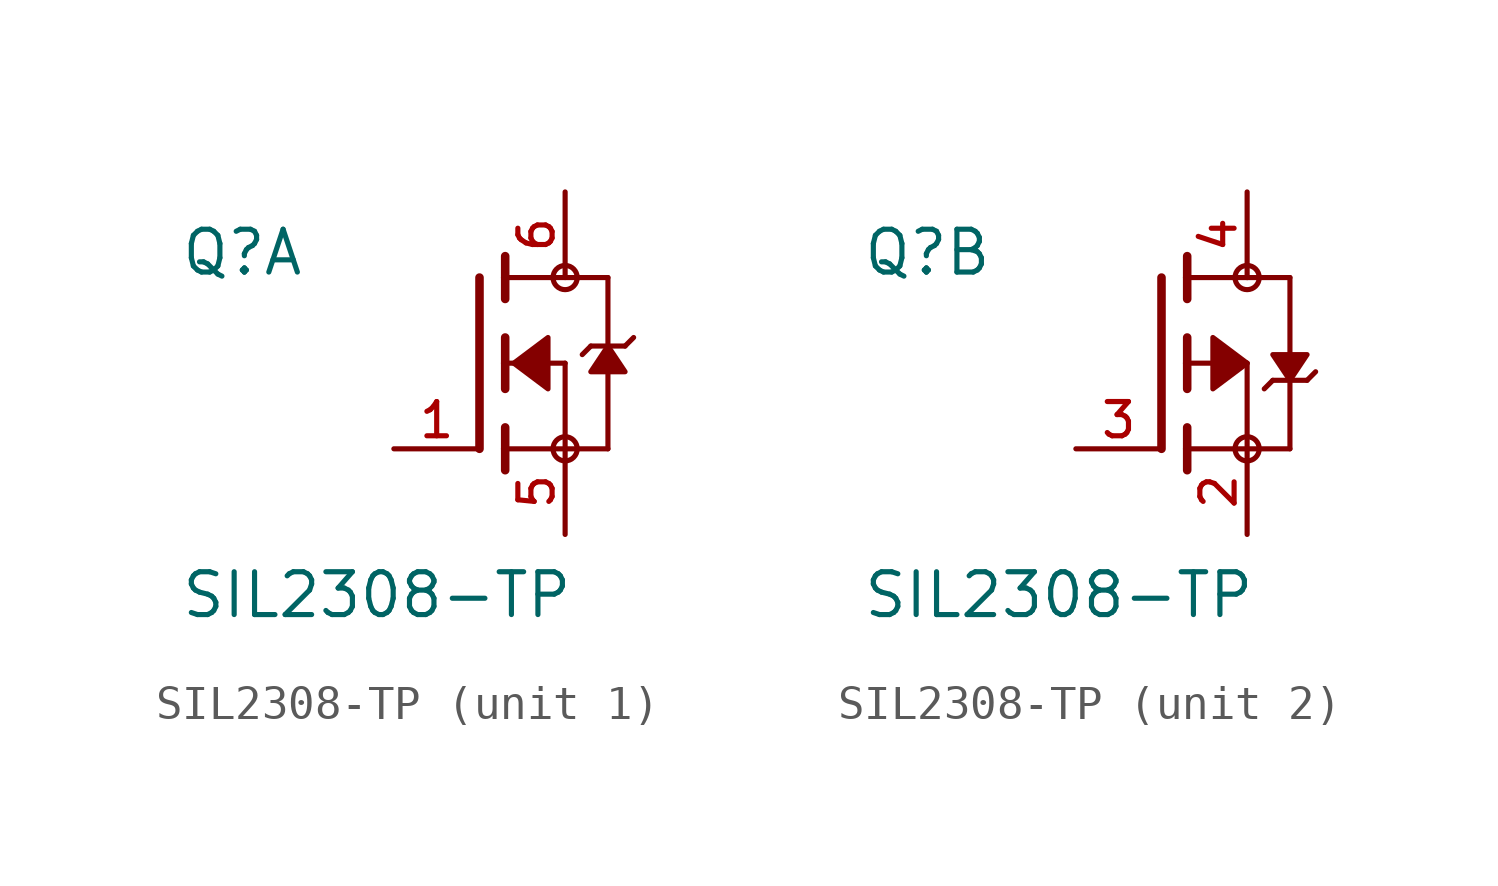
<source format=kicad_sym>
(kicad_symbol_lib
  (version 20220914)
  (generator kicad_symbol_editor)
  (symbol "SIL2308-TP"
    (pin_names
      (offset 1.016))
    (property "Reference" "Q"
      (at -11.43 2.54 0)
      (effects (font (size 1.27 1.27)) (justify left bottom)))
    (property "Value" "SIL2308-TP"
      (at -11.43 -7.62 0)
      (effects (font (size 1.27 1.27)) (justify left bottom)))
    (symbol "SIL2308-TP_1_0"
      (circle (center 0 -2.54) (radius 0.359) (stroke (width 0) (type default)) (fill (type none)))
      (polyline (pts (xy -2.54 2.54) (xy -2.54 -2.54)) (stroke (width 0.254) (type default)) (fill (type none)))
      (polyline (pts (xy -1.778 -2.54) (xy -1.778 -3.175)) (stroke (width 0.254) (type default)) (fill (type none)))
      (polyline (pts (xy -1.778 -1.905) (xy -1.778 -2.54)) (stroke (width 0.254) (type default)) (fill (type none)))
      (polyline (pts (xy -1.778 0) (xy -1.778 -0.762)) (stroke (width 0.254) (type default)) (fill (type none)))
      (polyline (pts (xy -1.778 0) (xy 0 0)) (stroke (width 0.152) (type default)) (fill (type none)))
      (polyline (pts (xy -1.778 0.762) (xy -1.778 0)) (stroke (width 0.254) (type default)) (fill (type none)))
      (polyline (pts (xy -1.778 2.54) (xy -1.778 1.905)) (stroke (width 0.254) (type default)) (fill (type none)))
      (polyline (pts (xy -1.778 2.54) (xy 1.27 2.54)) (stroke (width 0.152) (type default)) (fill (type none)))
      (polyline (pts (xy -1.778 3.175) (xy -1.778 2.54)) (stroke (width 0.254) (type default)) (fill (type none)))
      (polyline (pts (xy 0 -2.54) (xy -1.778 -2.54)) (stroke (width 0.152) (type default)) (fill (type none)))
      (polyline (pts (xy 0 -2.54) (xy 1.27 -2.54)) (stroke (width 0.152) (type default)) (fill (type none)))
      (polyline (pts (xy 0 0) (xy 0 -2.54)) (stroke (width 0.152) (type default)) (fill (type none)))
      (polyline (pts (xy 0.762 0.508) (xy 0.508 0.254)) (stroke (width 0.152) (type default)) (fill (type none)))
      (polyline (pts (xy 1.27 0.508) (xy 0.762 0.508)) (stroke (width 0.152) (type default)) (fill (type none)))
      (polyline (pts (xy 1.27 0.508) (xy 1.27 -2.54)) (stroke (width 0.152) (type default)) (fill (type none)))
      (polyline (pts (xy 1.27 2.54) (xy 1.27 0.508)) (stroke (width 0.152) (type default)) (fill (type none)))
      (polyline (pts (xy 1.778 0.508) (xy 1.27 0.508)) (stroke (width 0.152) (type default)) (fill (type none)))
      (polyline (pts (xy 2.032 0.762) (xy 1.778 0.508)) (stroke (width 0.152) (type default)) (fill (type none)))
      (polyline (pts (xy -1.524 0) (xy -0.508 0.762) (xy -0.508 -0.762) (xy -1.524 0)) (stroke (width 0.152) (type default)) (fill (type outline)))
      (polyline (pts (xy 1.27 0.508) (xy 0.762 -0.254) (xy 1.778 -0.254) (xy 1.27 0.508)) (stroke (width 0.152) (type default)) (fill (type outline)))
      (circle (center 0 2.54) (radius 0.359) (stroke (width 0) (type default)) (fill (type none)))
      (pin passive line (at -5.08 -2.54 0) (length 2.54) (name "~" (effects (font (size 1.016 1.016)))) (number "1" (effects (font (size 1.016 1.016)))))
      (pin passive line (at 0 -5.08 90) (length 2.54) (name "~" (effects (font (size 1.016 1.016)))) (number "5" (effects (font (size 1.016 1.016)))))
      (pin passive line (at 0 5.08 270) (length 2.54) (name "~" (effects (font (size 1.016 1.016)))) (number "6" (effects (font (size 1.016 1.016))))))
    (symbol "SIL2308-TP_2_0"
      (circle (center 0 -2.54) (radius 0.359) (stroke (width 0) (type default)) (fill (type none)))
      (polyline (pts (xy -2.54 -2.54) (xy -2.54 2.54)) (stroke (width 0.254) (type default)) (fill (type none)))
      (polyline (pts (xy -1.778 -3.175) (xy -1.778 -2.54)) (stroke (width 0.254) (type default)) (fill (type none)))
      (polyline (pts (xy -1.778 -2.54) (xy -1.778 -1.905)) (stroke (width 0.254) (type default)) (fill (type none)))
      (polyline (pts (xy -1.778 -2.54) (xy 0 -2.54)) (stroke (width 0.152) (type default)) (fill (type none)))
      (polyline (pts (xy -1.778 -0.762) (xy -1.778 0)) (stroke (width 0.254) (type default)) (fill (type none)))
      (polyline (pts (xy -1.778 0) (xy -1.778 0.762)) (stroke (width 0.254) (type default)) (fill (type none)))
      (polyline (pts (xy -1.778 0) (xy 0 0)) (stroke (width 0.152) (type default)) (fill (type none)))
      (polyline (pts (xy -1.778 1.905) (xy -1.778 2.54)) (stroke (width 0.254) (type default)) (fill (type none)))
      (polyline (pts (xy -1.778 2.54) (xy -1.778 3.175)) (stroke (width 0.254) (type default)) (fill (type none)))
      (polyline (pts (xy 0 -2.54) (xy 1.27 -2.54)) (stroke (width 0.152) (type default)) (fill (type none)))
      (polyline (pts (xy 0 0) (xy 0 -2.54)) (stroke (width 0.152) (type default)) (fill (type none)))
      (polyline (pts (xy 0 2.54) (xy -1.778 2.54)) (stroke (width 0.152) (type default)) (fill (type none)))
      (polyline (pts (xy 0 2.54) (xy 1.27 2.54)) (stroke (width 0.152) (type default)) (fill (type none)))
      (polyline (pts (xy 0.508 -0.762) (xy 0.762 -0.508)) (stroke (width 0.152) (type default)) (fill (type none)))
      (polyline (pts (xy 0.762 -0.508) (xy 1.27 -0.508)) (stroke (width 0.152) (type default)) (fill (type none)))
      (polyline (pts (xy 1.27 -0.508) (xy 1.27 -2.54)) (stroke (width 0.152) (type default)) (fill (type none)))
      (polyline (pts (xy 1.27 -0.508) (xy 1.778 -0.508)) (stroke (width 0.152) (type default)) (fill (type none)))
      (polyline (pts (xy 1.27 2.54) (xy 1.27 -0.508)) (stroke (width 0.152) (type default)) (fill (type none)))
      (polyline (pts (xy 1.778 -0.508) (xy 2.032 -0.254)) (stroke (width 0.152) (type default)) (fill (type none)))
      (polyline (pts (xy 0 0) (xy -1.016 0.762) (xy -1.016 -0.762) (xy 0 0)) (stroke (width 0.152) (type default)) (fill (type outline)))
      (polyline (pts (xy 1.27 -0.508) (xy 1.778 0.254) (xy 0.762 0.254) (xy 1.27 -0.508)) (stroke (width 0.152) (type default)) (fill (type outline)))
      (circle (center 0 2.54) (radius 0.359) (stroke (width 0) (type default)) (fill (type none)))
      (pin passive line (at 0 -5.08 90) (length 2.54) (name "~" (effects (font (size 1.016 1.016)))) (number "2" (effects (font (size 1.016 1.016)))))
      (pin passive line (at -5.08 -2.54 0) (length 2.54) (name "~" (effects (font (size 1.016 1.016)))) (number "3" (effects (font (size 1.016 1.016)))))
      (pin passive line (at 0 5.08 270) (length 2.54) (name "~" (effects (font (size 1.016 1.016)))) (number "4" (effects (font (size 1.016 1.016))))))))
</source>
